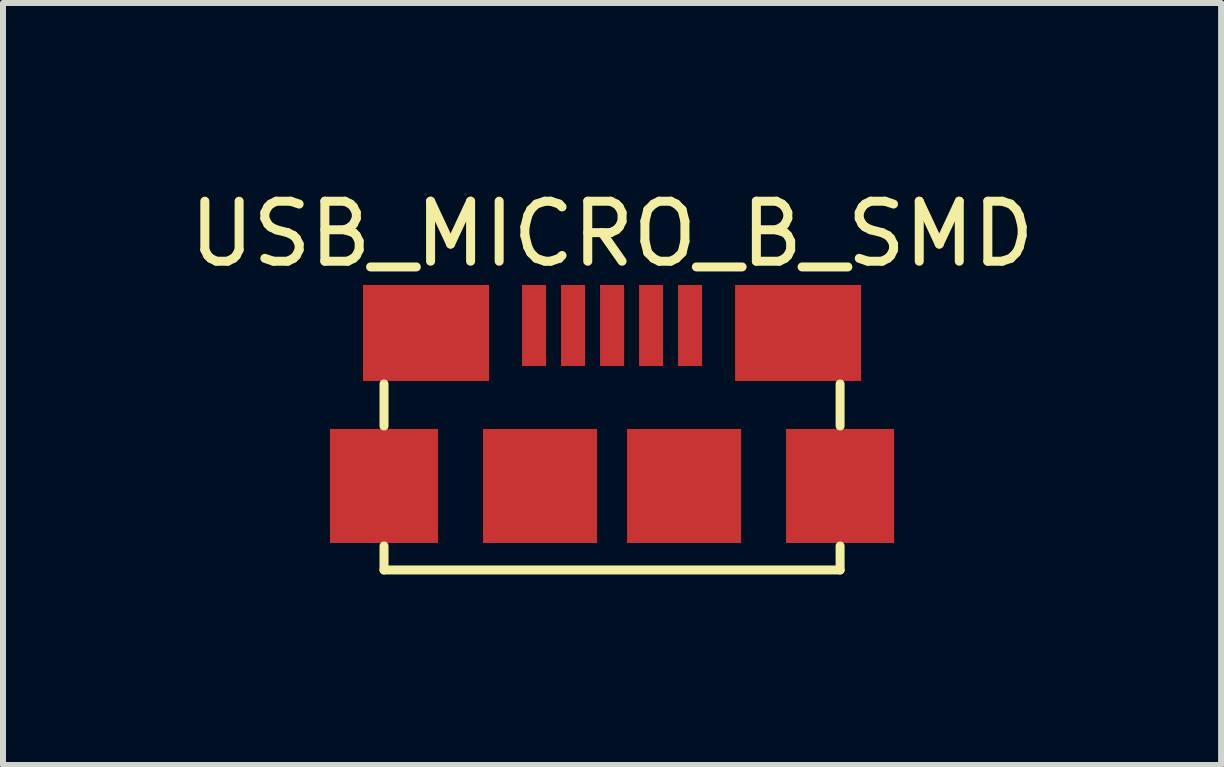
<source format=kicad_pcb>
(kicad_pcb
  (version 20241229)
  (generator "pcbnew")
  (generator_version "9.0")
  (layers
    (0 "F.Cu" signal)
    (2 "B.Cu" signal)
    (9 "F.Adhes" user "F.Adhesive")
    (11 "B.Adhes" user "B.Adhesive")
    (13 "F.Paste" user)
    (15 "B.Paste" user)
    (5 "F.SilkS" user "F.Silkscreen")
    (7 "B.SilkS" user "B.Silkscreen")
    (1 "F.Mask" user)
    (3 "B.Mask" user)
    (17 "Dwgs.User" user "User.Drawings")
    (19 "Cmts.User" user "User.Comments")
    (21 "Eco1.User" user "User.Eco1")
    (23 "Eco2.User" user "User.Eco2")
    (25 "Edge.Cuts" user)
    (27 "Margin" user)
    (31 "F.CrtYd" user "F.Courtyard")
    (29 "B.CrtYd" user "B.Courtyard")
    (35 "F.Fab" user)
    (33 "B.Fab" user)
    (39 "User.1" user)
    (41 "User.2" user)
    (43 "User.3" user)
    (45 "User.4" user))
  (footprint "USB_MICRO_B_SMD"
    (layer "F.Cu")
    (at 7.149 6.448)
    (property "Reference" "USB_MICRO_B_SMD" (at 0 -5.6 0) (layer "F.SilkS") (effects (font (size 1 1) (thickness 0.15))))
    (attr through_hole)
    (fp_line (start -3.8 -2.4) (end -3.8 -3.1) (stroke (width 0.15) (type solid)) (layer "F.SilkS"))
    (fp_line (start -3.8 -0.4) (end -3.8 0) (stroke (width 0.15) (type solid)) (layer "F.SilkS"))
    (fp_line (start -3.8 0) (end 3.8 0) (stroke (width 0.15) (type solid)) (layer "F.SilkS"))
    (fp_line (start 3.8 -2.4) (end 3.8 -3.1) (stroke (width 0.15) (type solid)) (layer "F.SilkS"))
    (fp_line (start 3.8 0) (end 3.8 -0.4) (stroke (width 0.15) (type solid)) (layer "F.SilkS"))
    (pad "1" smd rect (at -1.3 -4.075) (size 0.4 1.35) (layers "F.Cu" "F.Mask" "F.Paste"))
    (pad "2" smd rect (at -0.65 -4.075) (size 0.4 1.35) (layers "F.Cu" "F.Mask" "F.Paste"))
    (pad "3" smd rect (at 0 -4.075) (size 0.4 1.35) (layers "F.Cu" "F.Mask" "F.Paste"))
    (pad "4" smd rect (at 0.65 -4.075) (size 0.4 1.35) (layers "F.Cu" "F.Mask" "F.Paste"))
    (pad "5" smd rect (at 1.3 -4.075) (size 0.4 1.35) (layers "F.Cu" "F.Mask" "F.Paste"))
    (pad "SHLD" smd rect (at -3.8 -1.4) (size 1.8 1.9) (layers "F.Cu" "F.Mask" "F.Paste"))
    (pad "SHLD" smd rect (at -3.1 -3.95) (size 2.1 1.6) (layers "F.Cu" "F.Mask" "F.Paste"))
    (pad "SHLD" smd rect (at -1.2 -1.4) (size 1.9 1.9) (layers "F.Cu" "F.Mask" "F.Paste"))
    (pad "SHLD" smd rect (at 1.2 -1.4) (size 1.9 1.9) (layers "F.Cu" "F.Mask" "F.Paste"))
    (pad "SHLD" smd rect (at 3.1 -3.95) (size 2.1 1.6) (layers "F.Cu" "F.Mask" "F.Paste"))
    (pad "SHLD" smd rect (at 3.8 -1.4) (size 1.8 1.9) (layers "F.Cu" "F.Mask" "F.Paste")))
  (gr_rect
    (start -3 -3)
    (end 17.298 9.698)
    (stroke (width 0.1) (type default))
    (fill no)
    (layer "Edge.Cuts")))
</source>
